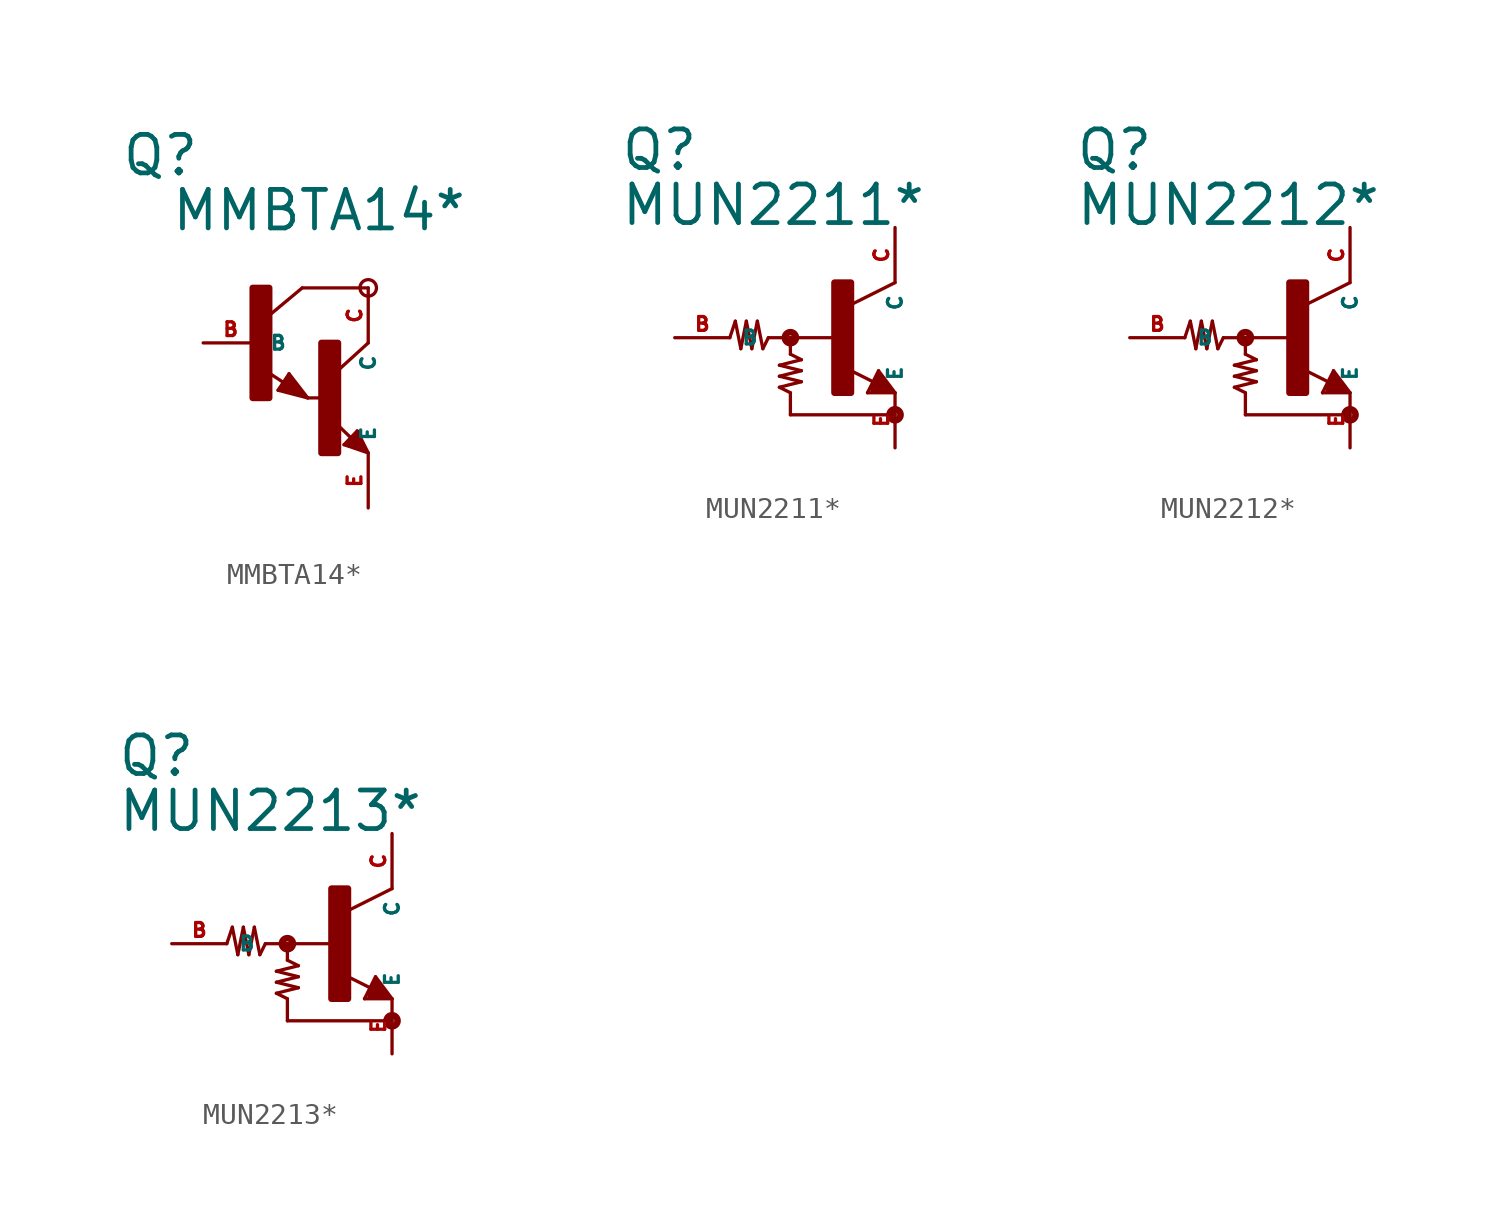
<source format=kicad_sym>
(kicad_symbol_lib
  (version 20220914)
  (generator Eagle2Kicad)
  (symbol "MMBTA14*"
    (property "Reference" "Q"
      (at -6.35 7.62 0)
      (effects (font (size 1.778 1.778) (thickness 0.22)) (justify left bottom)))
    (property "Value" "MMBTA14*"
      (at -4.064 5.08 0)
      (effects (font (size 1.778 1.778) (thickness 0.22)) (justify left bottom)))
    (polyline
      (pts (xy 5.08 2.54) (xy 2.032 2.54))
      (stroke (width 0.152) (type default))
      (fill (type none)))
    (polyline
      (pts (xy 1.424 -1.424) (xy 2.286 -2.54))
      (stroke (width 0.152) (type default))
      (fill (type none)))
    (polyline
      (pts (xy 2.921 -2.54) (xy 2.286 -2.54))
      (stroke (width 0.152) (type default))
      (fill (type none)))
    (polyline
      (pts (xy 0.916 -2.186) (xy 1.424 -1.424))
      (stroke (width 0.152) (type default))
      (fill (type none)))
    (polyline
      (pts (xy 2.286 -2.54) (xy 0.916 -2.186))
      (stroke (width 0.152) (type default))
      (fill (type none)))
    (polyline
      (pts (xy 2.032 2.54) (xy 0.508 1.27))
      (stroke (width 0.152) (type default))
      (fill (type none)))
    (polyline
      (pts (xy 5.08 0) (xy 3.683 -1.27))
      (stroke (width 0.152) (type default))
      (fill (type none)))
    (polyline
      (pts (xy 5.08 -5.08) (xy 3.964 -4.699))
      (stroke (width 0.152) (type default))
      (fill (type none)))
    (polyline
      (pts (xy 4.572 -4.064) (xy 5.08 -5.08))
      (stroke (width 0.152) (type default))
      (fill (type none)))
    (polyline
      (pts (xy 3.964 -4.699) (xy 4.572 -4.064))
      (stroke (width 0.152) (type default))
      (fill (type none)))
    (polyline
      (pts (xy 1.186 -1.84) (xy 0.208 -1.197))
      (stroke (width 0.152) (type default))
      (fill (type none)))
    (polyline
      (pts (xy 4.28 -4.38) (xy 3.483 -3.61))
      (stroke (width 0.152) (type default))
      (fill (type none)))
    (polyline
      (pts (xy 2.159 -2.413) (xy 1.397 -1.524))
      (stroke (width 0.127) (type default))
      (fill (type none)))
    (polyline
      (pts (xy 1.397 -1.524) (xy 1.016 -2.159))
      (stroke (width 0.127) (type default))
      (fill (type none)))
    (polyline
      (pts (xy 1.016 -2.159) (xy 2.032 -2.413))
      (stroke (width 0.127) (type default))
      (fill (type none)))
    (polyline
      (pts (xy 2.032 -2.413) (xy 1.397 -1.651))
      (stroke (width 0.127) (type default))
      (fill (type none)))
    (polyline
      (pts (xy 1.397 -1.651) (xy 1.143 -2.032))
      (stroke (width 0.127) (type default))
      (fill (type none)))
    (polyline
      (pts (xy 1.143 -2.032) (xy 1.905 -2.286))
      (stroke (width 0.254) (type default))
      (fill (type none)))
    (polyline
      (pts (xy 1.905 -2.286) (xy 1.397 -1.778))
      (stroke (width 0.254) (type default))
      (fill (type none)))
    (polyline
      (pts (xy 1.397 -1.778) (xy 1.397 -1.905))
      (stroke (width 0.254) (type default))
      (fill (type none)))
    (polyline
      (pts (xy 4.953 -4.953) (xy 4.572 -4.191))
      (stroke (width 0.127) (type default))
      (fill (type none)))
    (polyline
      (pts (xy 4.572 -4.191) (xy 4.064 -4.699))
      (stroke (width 0.127) (type default))
      (fill (type none)))
    (polyline
      (pts (xy 4.064 -4.699) (xy 4.826 -4.953))
      (stroke (width 0.127) (type default))
      (fill (type none)))
    (polyline
      (pts (xy 4.826 -4.953) (xy 4.572 -4.318))
      (stroke (width 0.127) (type default))
      (fill (type none)))
    (polyline
      (pts (xy 4.572 -4.318) (xy 4.191 -4.699))
      (stroke (width 0.254) (type default))
      (fill (type none)))
    (polyline
      (pts (xy 4.191 -4.699) (xy 4.699 -4.826))
      (stroke (width 0.254) (type default))
      (fill (type none)))
    (polyline
      (pts (xy 4.699 -4.826) (xy 4.572 -4.572))
      (stroke (width 0.254) (type default))
      (fill (type none)))
    (polyline
      (pts (xy 4.572 -4.572) (xy 4.445 -4.572))
      (stroke (width 0.254) (type default))
      (fill (type none)))
    (circle
      (center 5.08 2.54)
      (radius 0.381)
      (stroke (width 0) (type default))
      (fill (type none)))
    (rectangle
      (start -0.254 -2.54)
      (end 0.508 2.54)
      (stroke (width 0.3) (type default))
      (fill (type outline)))
    (rectangle
      (start 2.921 -5.08)
      (end 3.683 0)
      (stroke (width 0.3) (type default))
      (fill (type outline)))
    (pin passive line
      (at -2.54 0 0)
      (length 2.54)
      (name "B" (effects (font (size 0.635 0.635) (thickness 0.08)) (justify left bottom)))
      (number "B" (effects (font (size 0.635 0.635) (thickness 0.08)) (justify left bottom))))
    (pin passive line
      (at 5.08 -7.62 90)
      (length 2.54)
      (name "E" (effects (font (size 0.635 0.635) (thickness 0.08)) (justify left bottom)))
      (number "E" (effects (font (size 0.635 0.635) (thickness 0.08)) (justify left bottom))))
    (pin passive line
      (at 5.08 2.54 270)
      (length 2.54)
      (name "C" (effects (font (size 0.635 0.635) (thickness 0.08)) (justify left bottom)))
      (number "C" (effects (font (size 0.635 0.635) (thickness 0.08)) (justify left bottom)))))
  (symbol "MUN2211*"
    (property "Reference" "Q"
      (at -10.16 7.62 0)
      (effects (font (size 1.778 1.778) (thickness 0.22)) (justify left bottom)))
    (property "Value" "MUN2211*"
      (at -10.16 5.08 0)
      (effects (font (size 1.778 1.778) (thickness 0.22)) (justify left bottom)))
    (polyline
      (pts (xy 2.54 2.54) (xy 0.508 1.524))
      (stroke (width 0.152) (type default))
      (fill (type none)))
    (polyline
      (pts (xy 1.778 -1.524) (xy 2.54 -2.54))
      (stroke (width 0.152) (type default))
      (fill (type none)))
    (polyline
      (pts (xy 2.54 -2.54) (xy 1.27 -2.54))
      (stroke (width 0.152) (type default))
      (fill (type none)))
    (polyline
      (pts (xy 1.27 -2.54) (xy 1.778 -1.524))
      (stroke (width 0.152) (type default))
      (fill (type none)))
    (polyline
      (pts (xy 1.54 -2.04) (xy 0.308 -1.424))
      (stroke (width 0.152) (type default))
      (fill (type none)))
    (polyline
      (pts (xy 1.524 -2.413) (xy 2.286 -2.413))
      (stroke (width 0.254) (type default))
      (fill (type none)))
    (polyline
      (pts (xy 2.286 -2.413) (xy 1.778 -1.778))
      (stroke (width 0.254) (type default))
      (fill (type none)))
    (polyline
      (pts (xy 1.778 -1.778) (xy 1.524 -2.286))
      (stroke (width 0.254) (type default))
      (fill (type none)))
    (polyline
      (pts (xy 1.524 -2.286) (xy 1.905 -2.286))
      (stroke (width 0.254) (type default))
      (fill (type none)))
    (polyline
      (pts (xy 1.905 -2.286) (xy 1.778 -2.032))
      (stroke (width 0.254) (type default))
      (fill (type none)))
    (polyline
      (pts (xy -5.08 0) (xy -4.826 0.762))
      (stroke (width 0.152) (type default))
      (fill (type none)))
    (polyline
      (pts (xy -4.826 0.762) (xy -4.572 -0.508))
      (stroke (width 0.152) (type default))
      (fill (type none)))
    (polyline
      (pts (xy -4.572 -0.508) (xy -4.318 0.762))
      (stroke (width 0.152) (type default))
      (fill (type none)))
    (polyline
      (pts (xy -4.318 0.762) (xy -4.064 -0.508))
      (stroke (width 0.152) (type default))
      (fill (type none)))
    (polyline
      (pts (xy -4.064 -0.508) (xy -3.81 0.762))
      (stroke (width 0.152) (type default))
      (fill (type none)))
    (polyline
      (pts (xy -3.81 0.762) (xy -3.556 -0.508))
      (stroke (width 0.152) (type default))
      (fill (type none)))
    (polyline
      (pts (xy -3.556 -0.508) (xy -3.302 0))
      (stroke (width 0.152) (type default))
      (fill (type none)))
    (polyline
      (pts (xy -3.302 0) (xy -2.286 0))
      (stroke (width 0.152) (type default))
      (fill (type none)))
    (polyline
      (pts (xy -2.286 0) (xy -0.254 0))
      (stroke (width 0.152) (type default))
      (fill (type none)))
    (polyline
      (pts (xy -2.286 0) (xy -2.286 -0.762))
      (stroke (width 0.152) (type default))
      (fill (type none)))
    (polyline
      (pts (xy -2.286 -0.762) (xy -1.778 -1.016))
      (stroke (width 0.152) (type default))
      (fill (type none)))
    (polyline
      (pts (xy -1.778 -1.016) (xy -2.794 -1.27))
      (stroke (width 0.152) (type default))
      (fill (type none)))
    (polyline
      (pts (xy -2.794 -1.27) (xy -1.778 -1.524))
      (stroke (width 0.152) (type default))
      (fill (type none)))
    (polyline
      (pts (xy -1.778 -1.524) (xy -2.794 -1.778))
      (stroke (width 0.152) (type default))
      (fill (type none)))
    (polyline
      (pts (xy -2.794 -1.778) (xy -1.778 -2.032))
      (stroke (width 0.152) (type default))
      (fill (type none)))
    (polyline
      (pts (xy -1.778 -2.032) (xy -2.794 -2.286))
      (stroke (width 0.152) (type default))
      (fill (type none)))
    (polyline
      (pts (xy -2.794 -2.286) (xy -2.286 -2.54))
      (stroke (width 0.152) (type default))
      (fill (type none)))
    (polyline
      (pts (xy -2.286 -2.54) (xy -2.286 -3.556))
      (stroke (width 0.152) (type default))
      (fill (type none)))
    (polyline
      (pts (xy -2.286 -3.556) (xy 2.54 -3.556))
      (stroke (width 0.152) (type default))
      (fill (type none)))
    (circle
      (center -2.286 0)
      (radius 0.254)
      (stroke (width 0.305) (type default))
      (fill (type none)))
    (circle
      (center 2.54 -3.556)
      (radius 0.254)
      (stroke (width 0.305) (type default))
      (fill (type none)))
    (rectangle
      (start -0.254 -2.54)
      (end 0.508 2.54)
      (stroke (width 0.3) (type default))
      (fill (type outline)))
    (pin passive line
      (at -7.62 0 0)
      (length 2.54)
      (name "B" (effects (font (size 0.635 0.635) (thickness 0.08)) (justify left bottom)))
      (number "B" (effects (font (size 0.635 0.635) (thickness 0.08)) (justify left bottom))))
    (pin passive line
      (at 2.54 -5.08 90)
      (length 2.54)
      (name "E" (effects (font (size 0.635 0.635) (thickness 0.08)) (justify left bottom)))
      (number "E" (effects (font (size 0.635 0.635) (thickness 0.08)) (justify left bottom))))
    (pin passive line
      (at 2.54 5.08 270)
      (length 2.54)
      (name "C" (effects (font (size 0.635 0.635) (thickness 0.08)) (justify left bottom)))
      (number "C" (effects (font (size 0.635 0.635) (thickness 0.08)) (justify left bottom)))))
  (symbol "MUN2212*"
    (property "Reference" "Q"
      (at -10.16 7.62 0)
      (effects (font (size 1.778 1.778) (thickness 0.22)) (justify left bottom)))
    (property "Value" "MUN2212*"
      (at -10.16 5.08 0)
      (effects (font (size 1.778 1.778) (thickness 0.22)) (justify left bottom)))
    (polyline
      (pts (xy 2.54 2.54) (xy 0.508 1.524))
      (stroke (width 0.152) (type default))
      (fill (type none)))
    (polyline
      (pts (xy 1.778 -1.524) (xy 2.54 -2.54))
      (stroke (width 0.152) (type default))
      (fill (type none)))
    (polyline
      (pts (xy 2.54 -2.54) (xy 1.27 -2.54))
      (stroke (width 0.152) (type default))
      (fill (type none)))
    (polyline
      (pts (xy 1.27 -2.54) (xy 1.778 -1.524))
      (stroke (width 0.152) (type default))
      (fill (type none)))
    (polyline
      (pts (xy 1.54 -2.04) (xy 0.308 -1.424))
      (stroke (width 0.152) (type default))
      (fill (type none)))
    (polyline
      (pts (xy 1.524 -2.413) (xy 2.286 -2.413))
      (stroke (width 0.254) (type default))
      (fill (type none)))
    (polyline
      (pts (xy 2.286 -2.413) (xy 1.778 -1.778))
      (stroke (width 0.254) (type default))
      (fill (type none)))
    (polyline
      (pts (xy 1.778 -1.778) (xy 1.524 -2.286))
      (stroke (width 0.254) (type default))
      (fill (type none)))
    (polyline
      (pts (xy 1.524 -2.286) (xy 1.905 -2.286))
      (stroke (width 0.254) (type default))
      (fill (type none)))
    (polyline
      (pts (xy 1.905 -2.286) (xy 1.778 -2.032))
      (stroke (width 0.254) (type default))
      (fill (type none)))
    (polyline
      (pts (xy -5.08 0) (xy -4.826 0.762))
      (stroke (width 0.152) (type default))
      (fill (type none)))
    (polyline
      (pts (xy -4.826 0.762) (xy -4.572 -0.508))
      (stroke (width 0.152) (type default))
      (fill (type none)))
    (polyline
      (pts (xy -4.572 -0.508) (xy -4.318 0.762))
      (stroke (width 0.152) (type default))
      (fill (type none)))
    (polyline
      (pts (xy -4.318 0.762) (xy -4.064 -0.508))
      (stroke (width 0.152) (type default))
      (fill (type none)))
    (polyline
      (pts (xy -4.064 -0.508) (xy -3.81 0.762))
      (stroke (width 0.152) (type default))
      (fill (type none)))
    (polyline
      (pts (xy -3.81 0.762) (xy -3.556 -0.508))
      (stroke (width 0.152) (type default))
      (fill (type none)))
    (polyline
      (pts (xy -3.556 -0.508) (xy -3.302 0))
      (stroke (width 0.152) (type default))
      (fill (type none)))
    (polyline
      (pts (xy -3.302 0) (xy -2.286 0))
      (stroke (width 0.152) (type default))
      (fill (type none)))
    (polyline
      (pts (xy -2.286 0) (xy -0.254 0))
      (stroke (width 0.152) (type default))
      (fill (type none)))
    (polyline
      (pts (xy -2.286 0) (xy -2.286 -0.762))
      (stroke (width 0.152) (type default))
      (fill (type none)))
    (polyline
      (pts (xy -2.286 -0.762) (xy -1.778 -1.016))
      (stroke (width 0.152) (type default))
      (fill (type none)))
    (polyline
      (pts (xy -1.778 -1.016) (xy -2.794 -1.27))
      (stroke (width 0.152) (type default))
      (fill (type none)))
    (polyline
      (pts (xy -2.794 -1.27) (xy -1.778 -1.524))
      (stroke (width 0.152) (type default))
      (fill (type none)))
    (polyline
      (pts (xy -1.778 -1.524) (xy -2.794 -1.778))
      (stroke (width 0.152) (type default))
      (fill (type none)))
    (polyline
      (pts (xy -2.794 -1.778) (xy -1.778 -2.032))
      (stroke (width 0.152) (type default))
      (fill (type none)))
    (polyline
      (pts (xy -1.778 -2.032) (xy -2.794 -2.286))
      (stroke (width 0.152) (type default))
      (fill (type none)))
    (polyline
      (pts (xy -2.794 -2.286) (xy -2.286 -2.54))
      (stroke (width 0.152) (type default))
      (fill (type none)))
    (polyline
      (pts (xy -2.286 -2.54) (xy -2.286 -3.556))
      (stroke (width 0.152) (type default))
      (fill (type none)))
    (polyline
      (pts (xy -2.286 -3.556) (xy 2.54 -3.556))
      (stroke (width 0.152) (type default))
      (fill (type none)))
    (circle
      (center -2.286 0)
      (radius 0.254)
      (stroke (width 0.305) (type default))
      (fill (type none)))
    (circle
      (center 2.54 -3.556)
      (radius 0.254)
      (stroke (width 0.305) (type default))
      (fill (type none)))
    (rectangle
      (start -0.254 -2.54)
      (end 0.508 2.54)
      (stroke (width 0.3) (type default))
      (fill (type outline)))
    (pin passive line
      (at -7.62 0 0)
      (length 2.54)
      (name "B" (effects (font (size 0.635 0.635) (thickness 0.08)) (justify left bottom)))
      (number "B" (effects (font (size 0.635 0.635) (thickness 0.08)) (justify left bottom))))
    (pin passive line
      (at 2.54 -5.08 90)
      (length 2.54)
      (name "E" (effects (font (size 0.635 0.635) (thickness 0.08)) (justify left bottom)))
      (number "E" (effects (font (size 0.635 0.635) (thickness 0.08)) (justify left bottom))))
    (pin passive line
      (at 2.54 5.08 270)
      (length 2.54)
      (name "C" (effects (font (size 0.635 0.635) (thickness 0.08)) (justify left bottom)))
      (number "C" (effects (font (size 0.635 0.635) (thickness 0.08)) (justify left bottom)))))
  (symbol "MUN2213*"
    (property "Reference" "Q"
      (at -10.16 7.62 0)
      (effects (font (size 1.778 1.778) (thickness 0.22)) (justify left bottom)))
    (property "Value" "MUN2213*"
      (at -10.16 5.08 0)
      (effects (font (size 1.778 1.778) (thickness 0.22)) (justify left bottom)))
    (polyline
      (pts (xy 2.54 2.54) (xy 0.508 1.524))
      (stroke (width 0.152) (type default))
      (fill (type none)))
    (polyline
      (pts (xy 1.778 -1.524) (xy 2.54 -2.54))
      (stroke (width 0.152) (type default))
      (fill (type none)))
    (polyline
      (pts (xy 2.54 -2.54) (xy 1.27 -2.54))
      (stroke (width 0.152) (type default))
      (fill (type none)))
    (polyline
      (pts (xy 1.27 -2.54) (xy 1.778 -1.524))
      (stroke (width 0.152) (type default))
      (fill (type none)))
    (polyline
      (pts (xy 1.54 -2.04) (xy 0.308 -1.424))
      (stroke (width 0.152) (type default))
      (fill (type none)))
    (polyline
      (pts (xy 1.524 -2.413) (xy 2.286 -2.413))
      (stroke (width 0.254) (type default))
      (fill (type none)))
    (polyline
      (pts (xy 2.286 -2.413) (xy 1.778 -1.778))
      (stroke (width 0.254) (type default))
      (fill (type none)))
    (polyline
      (pts (xy 1.778 -1.778) (xy 1.524 -2.286))
      (stroke (width 0.254) (type default))
      (fill (type none)))
    (polyline
      (pts (xy 1.524 -2.286) (xy 1.905 -2.286))
      (stroke (width 0.254) (type default))
      (fill (type none)))
    (polyline
      (pts (xy 1.905 -2.286) (xy 1.778 -2.032))
      (stroke (width 0.254) (type default))
      (fill (type none)))
    (polyline
      (pts (xy -5.08 0) (xy -4.826 0.762))
      (stroke (width 0.152) (type default))
      (fill (type none)))
    (polyline
      (pts (xy -4.826 0.762) (xy -4.572 -0.508))
      (stroke (width 0.152) (type default))
      (fill (type none)))
    (polyline
      (pts (xy -4.572 -0.508) (xy -4.318 0.762))
      (stroke (width 0.152) (type default))
      (fill (type none)))
    (polyline
      (pts (xy -4.318 0.762) (xy -4.064 -0.508))
      (stroke (width 0.152) (type default))
      (fill (type none)))
    (polyline
      (pts (xy -4.064 -0.508) (xy -3.81 0.762))
      (stroke (width 0.152) (type default))
      (fill (type none)))
    (polyline
      (pts (xy -3.81 0.762) (xy -3.556 -0.508))
      (stroke (width 0.152) (type default))
      (fill (type none)))
    (polyline
      (pts (xy -3.556 -0.508) (xy -3.302 0))
      (stroke (width 0.152) (type default))
      (fill (type none)))
    (polyline
      (pts (xy -3.302 0) (xy -2.286 0))
      (stroke (width 0.152) (type default))
      (fill (type none)))
    (polyline
      (pts (xy -2.286 0) (xy -0.254 0))
      (stroke (width 0.152) (type default))
      (fill (type none)))
    (polyline
      (pts (xy -2.286 0) (xy -2.286 -0.762))
      (stroke (width 0.152) (type default))
      (fill (type none)))
    (polyline
      (pts (xy -2.286 -0.762) (xy -1.778 -1.016))
      (stroke (width 0.152) (type default))
      (fill (type none)))
    (polyline
      (pts (xy -1.778 -1.016) (xy -2.794 -1.27))
      (stroke (width 0.152) (type default))
      (fill (type none)))
    (polyline
      (pts (xy -2.794 -1.27) (xy -1.778 -1.524))
      (stroke (width 0.152) (type default))
      (fill (type none)))
    (polyline
      (pts (xy -1.778 -1.524) (xy -2.794 -1.778))
      (stroke (width 0.152) (type default))
      (fill (type none)))
    (polyline
      (pts (xy -2.794 -1.778) (xy -1.778 -2.032))
      (stroke (width 0.152) (type default))
      (fill (type none)))
    (polyline
      (pts (xy -1.778 -2.032) (xy -2.794 -2.286))
      (stroke (width 0.152) (type default))
      (fill (type none)))
    (polyline
      (pts (xy -2.794 -2.286) (xy -2.286 -2.54))
      (stroke (width 0.152) (type default))
      (fill (type none)))
    (polyline
      (pts (xy -2.286 -2.54) (xy -2.286 -3.556))
      (stroke (width 0.152) (type default))
      (fill (type none)))
    (polyline
      (pts (xy -2.286 -3.556) (xy 2.54 -3.556))
      (stroke (width 0.152) (type default))
      (fill (type none)))
    (circle
      (center -2.286 0)
      (radius 0.254)
      (stroke (width 0.305) (type default))
      (fill (type none)))
    (circle
      (center 2.54 -3.556)
      (radius 0.254)
      (stroke (width 0.305) (type default))
      (fill (type none)))
    (rectangle
      (start -0.254 -2.54)
      (end 0.508 2.54)
      (stroke (width 0.3) (type default))
      (fill (type outline)))
    (pin passive line
      (at -7.62 0 0)
      (length 2.54)
      (name "B" (effects (font (size 0.635 0.635) (thickness 0.08)) (justify left bottom)))
      (number "B" (effects (font (size 0.635 0.635) (thickness 0.08)) (justify left bottom))))
    (pin passive line
      (at 2.54 -5.08 90)
      (length 2.54)
      (name "E" (effects (font (size 0.635 0.635) (thickness 0.08)) (justify left bottom)))
      (number "E" (effects (font (size 0.635 0.635) (thickness 0.08)) (justify left bottom))))
    (pin passive line
      (at 2.54 5.08 270)
      (length 2.54)
      (name "C" (effects (font (size 0.635 0.635) (thickness 0.08)) (justify left bottom)))
      (number "C" (effects (font (size 0.635 0.635) (thickness 0.08)) (justify left bottom))))))
</source>
